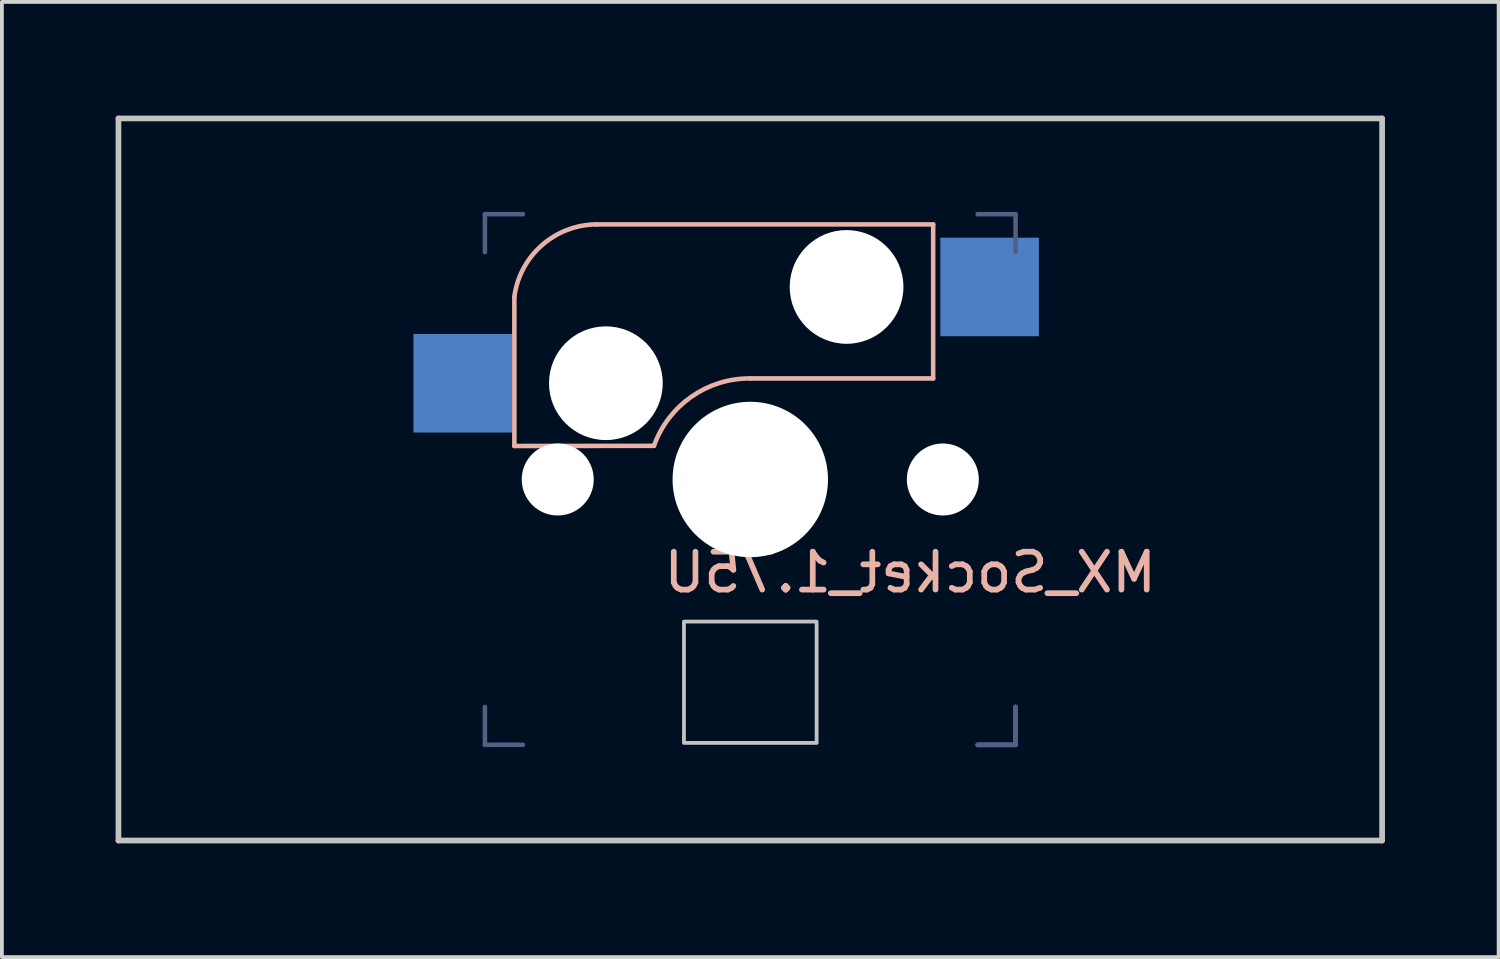
<source format=kicad_pcb>
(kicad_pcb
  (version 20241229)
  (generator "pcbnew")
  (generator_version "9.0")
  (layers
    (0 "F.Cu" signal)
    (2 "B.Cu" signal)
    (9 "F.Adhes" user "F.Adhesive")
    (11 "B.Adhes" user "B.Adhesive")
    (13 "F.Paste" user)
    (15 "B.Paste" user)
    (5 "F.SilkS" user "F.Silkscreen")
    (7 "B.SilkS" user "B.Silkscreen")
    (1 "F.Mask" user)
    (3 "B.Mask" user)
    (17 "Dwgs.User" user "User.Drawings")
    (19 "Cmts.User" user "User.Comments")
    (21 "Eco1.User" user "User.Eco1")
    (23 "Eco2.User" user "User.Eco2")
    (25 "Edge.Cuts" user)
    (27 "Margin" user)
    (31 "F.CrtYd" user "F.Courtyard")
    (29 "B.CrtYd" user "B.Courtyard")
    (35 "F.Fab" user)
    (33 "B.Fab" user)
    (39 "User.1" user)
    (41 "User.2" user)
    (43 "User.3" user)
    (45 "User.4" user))
  (footprint "MX_Socket_1.75U"
    (layer "F.Cu")
    (at 16.744 9.6)
    (property "Reference" "MX_Socket_1.75U" (at 4.22 2.45 0) (unlocked yes) (layer "B.SilkS") (effects (font (size 1 1) (thickness 0.15)) (justify mirror)))
    (attr smd)
    (fp_line (start -6.224 -0.884) (end -6.224 -4.825) (stroke (width 0.12) (type solid)) (layer "B.SilkS"))
    (fp_line (start -6.224 -0.884) (end -2.541 -0.888) (stroke (width 0.12) (type solid)) (layer "B.SilkS"))
    (fp_line (start -0.001 -2.666) (end 4.825 -2.666) (stroke (width 0.12) (type solid)) (layer "B.SilkS"))
    (fp_line (start 4.825 -6.73) (end -4.065 -6.73) (stroke (width 0.12) (type solid)) (layer "B.SilkS"))
    (fp_line (start 4.825 -2.666) (end 4.825 -6.73) (stroke (width 0.12) (type solid)) (layer "B.SilkS"))
    (fp_arc (start -6.224082 -4.825261) (mid -5.498787 -6.179195) (end -4.065082 -6.730261) (stroke (width 0.12) (type solid)) (layer "B.SilkS"))
    (fp_arc (start -2.541082 -0.888261) (mid -1.554773 -2.182533) (end -0.001082 -2.666261) (stroke (width 0.12) (type solid)) (layer "B.SilkS"))
    (fp_line (start -16.669 -9.525) (end 16.669 -9.525) (stroke (width 0.15) (type solid)) (layer "Dwgs.User"))
    (fp_line (start -16.669 9.525) (end -16.669 -9.525) (stroke (width 0.15) (type solid)) (layer "Dwgs.User"))
    (fp_line (start 16.669 -9.525) (end 16.669 9.525) (stroke (width 0.15) (type solid)) (layer "Dwgs.User"))
    (fp_line (start 16.669 9.525) (end -16.669 9.525) (stroke (width 0.15) (type solid)) (layer "Dwgs.User"))
    (fp_rect (start -1.75 3.749) (end 1.75 6.949) (stroke (width 0.1) (type default)) (fill no) (layer "Dwgs.User"))
    (fp_line (start -7.001 -6.999) (end -6.001 -6.999) (stroke (width 0.12) (type solid)) (layer "B.Fab"))
    (fp_line (start -7.001 -5.999) (end -7.001 -6.999) (stroke (width 0.12) (type solid)) (layer "B.Fab"))
    (fp_line (start -7.001 6) (end -7.001 7) (stroke (width 0.12) (type solid)) (layer "B.Fab"))
    (fp_line (start -7.001 7) (end -6.001 7) (stroke (width 0.12) (type solid)) (layer "B.Fab"))
    (fp_line (start 5.999 7.001) (end 6.999 7.001) (stroke (width 0.12) (type solid)) (layer "B.Fab"))
    (fp_line (start 5.999 7.001) (end 6.999 7.001) (stroke (width 0.12) (type solid)) (layer "B.Fab"))
    (fp_line (start 5.999 7.001) (end 6.999 7.001) (stroke (width 0.12) (type solid)) (layer "B.Fab"))
    (fp_line (start 6.999 -6.999) (end 5.999 -6.999) (stroke (width 0.12) (type solid)) (layer "B.Fab"))
    (fp_line (start 6.999 -6.999) (end 6.999 -5.999) (stroke (width 0.12) (type solid)) (layer "B.Fab"))
    (fp_line (start 6.999 7.001) (end 6.999 6.001) (stroke (width 0.12) (type solid)) (layer "B.Fab"))
    (fp_line (start 6.999 7.001) (end 6.999 6.001) (stroke (width 0.12) (type solid)) (layer "B.Fab"))
    (fp_line (start 6.999 7.001) (end 6.999 6.001) (stroke (width 0.12) (type solid)) (layer "B.Fab"))
    (pad "" np_thru_hole circle (at -5.08 0) (size 1.9 1.9) (drill 1.9) (layers "*.Cu" "*.Mask"))
    (pad "" np_thru_hole circle (at -3.81 -2.54) (size 3 3) (drill 3) (layers "*.Cu" "*.Mask"))
    (pad "" np_thru_hole circle (at 0 0 90) (size 4.1 4.1) (drill 4.1) (layers "*.Cu" "*.Mask"))
    (pad "" np_thru_hole circle (at 2.54 -5.08) (size 3 3) (drill 3) (layers "*.Cu" "*.Mask"))
    (pad "" np_thru_hole circle (at 5.08 0) (size 1.9 1.9) (drill 1.9) (layers "*.Cu" "*.Mask"))
    (pad "1" smd rect (at 6.314 -5.079 180) (size 2.6 2.6) (layers "B.Cu" "B.Mask" "B.Paste"))
    (pad "2" smd rect (at -7.586 -2.539 180) (size 2.6 2.6) (layers "B.Cu" "B.Mask" "B.Paste")))
  (gr_rect
    (start -3 -3)
    (end 36.487 22.2)
    (stroke (width 0.1) (type default))
    (fill no)
    (layer "Edge.Cuts")))
</source>
